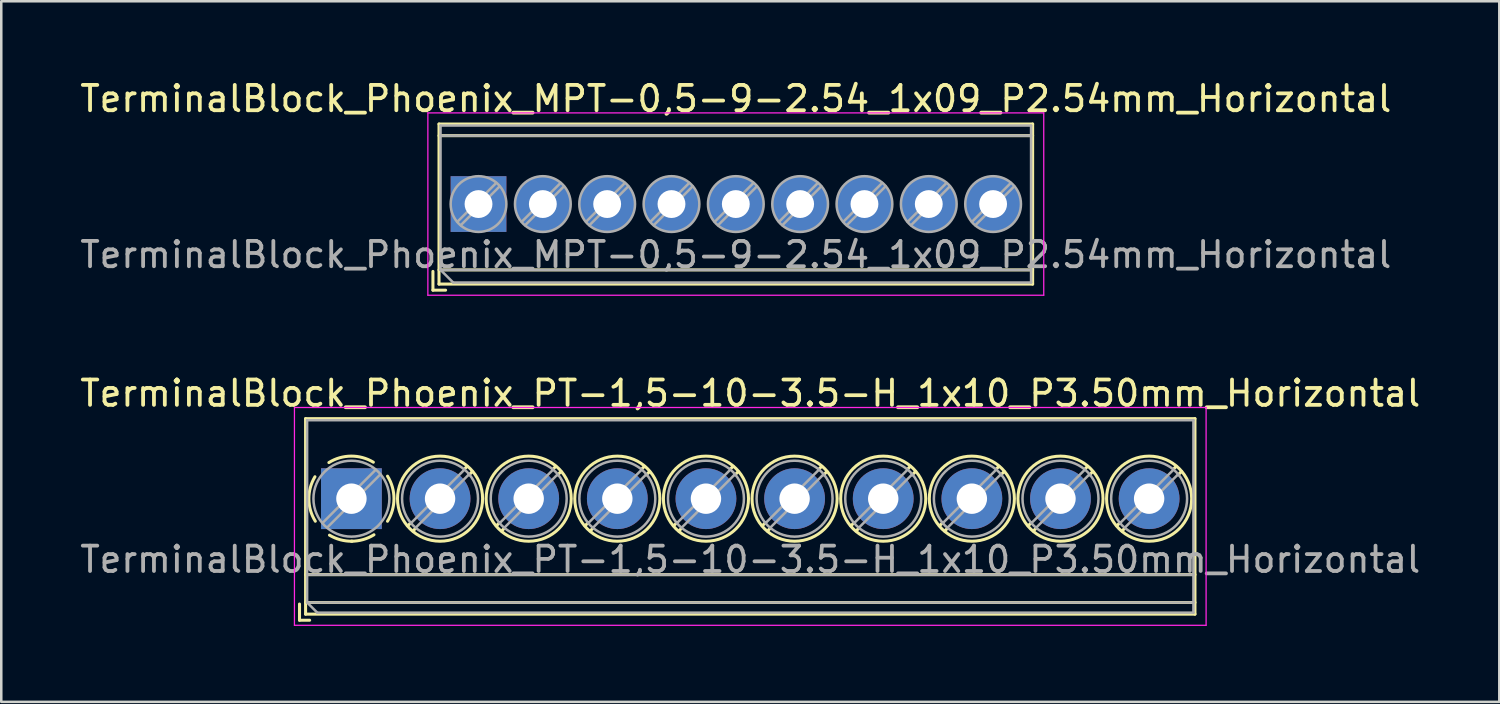
<source format=kicad_pcb>
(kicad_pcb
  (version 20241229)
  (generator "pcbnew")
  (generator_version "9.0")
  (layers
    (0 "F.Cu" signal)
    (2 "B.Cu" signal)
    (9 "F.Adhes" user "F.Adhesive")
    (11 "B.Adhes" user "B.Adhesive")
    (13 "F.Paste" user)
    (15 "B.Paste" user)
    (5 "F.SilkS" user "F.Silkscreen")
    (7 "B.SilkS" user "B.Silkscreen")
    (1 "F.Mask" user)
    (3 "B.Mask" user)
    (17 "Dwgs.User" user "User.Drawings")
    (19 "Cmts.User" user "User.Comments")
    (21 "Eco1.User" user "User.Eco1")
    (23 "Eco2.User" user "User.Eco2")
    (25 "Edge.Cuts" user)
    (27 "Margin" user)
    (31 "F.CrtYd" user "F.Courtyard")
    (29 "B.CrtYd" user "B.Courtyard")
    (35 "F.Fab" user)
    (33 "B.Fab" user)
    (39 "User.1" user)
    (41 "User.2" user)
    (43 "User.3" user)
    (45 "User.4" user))
  (footprint "TerminalBlock_Phoenix_MPT-0,5-9-2.54_1x09_P2.54mm_Horizontal"
    (layer "F.Cu")
    (at 15.846 5.008)
    (property "Reference" "TerminalBlock_Phoenix_MPT-0,5-9-2.54_1x09_P2.54mm_Horizontal" (at 10.16 -4.16 0) (layer "F.SilkS") (effects (font (size 1 1) (thickness 0.15))))
    (attr through_hole)
    (fp_line (start -1.8 2.66) (end -1.8 3.4) (stroke (width 0.12) (type solid)) (layer "F.SilkS"))
    (fp_line (start -1.8 3.4) (end -1.3 3.4) (stroke (width 0.12) (type solid)) (layer "F.SilkS"))
    (fp_line (start -1.56 -3.16) (end -1.56 3.16) (stroke (width 0.12) (type solid)) (layer "F.SilkS"))
    (fp_line (start -1.56 -3.16) (end 21.881 -3.16) (stroke (width 0.12) (type solid)) (layer "F.SilkS"))
    (fp_line (start -1.56 -2.7) (end 21.881 -2.7) (stroke (width 0.12) (type solid)) (layer "F.SilkS"))
    (fp_line (start -1.56 2.6) (end 21.881 2.6) (stroke (width 0.12) (type solid)) (layer "F.SilkS"))
    (fp_line (start -1.56 3.16) (end 21.881 3.16) (stroke (width 0.12) (type solid)) (layer "F.SilkS"))
    (fp_line (start 21.881 -3.16) (end 21.881 3.16) (stroke (width 0.12) (type solid)) (layer "F.SilkS"))
    (fp_line (start -2 -3.6) (end -2 3.6) (stroke (width 0.05) (type solid)) (layer "F.CrtYd"))
    (fp_line (start -2 3.6) (end 22.32 3.6) (stroke (width 0.05) (type solid)) (layer "F.CrtYd"))
    (fp_line (start 22.32 -3.6) (end -2 -3.6) (stroke (width 0.05) (type solid)) (layer "F.CrtYd"))
    (fp_line (start 22.32 3.6) (end 22.32 -3.6) (stroke (width 0.05) (type solid)) (layer "F.CrtYd"))
    (fp_line (start -1.5 -3.1) (end 21.82 -3.1) (stroke (width 0.1) (type solid)) (layer "F.Fab"))
    (fp_line (start -1.5 -2.7) (end 21.82 -2.7) (stroke (width 0.1) (type solid)) (layer "F.Fab"))
    (fp_line (start -1.5 2.6) (end -1.5 -3.1) (stroke (width 0.1) (type solid)) (layer "F.Fab"))
    (fp_line (start -1.5 2.6) (end 21.82 2.6) (stroke (width 0.1) (type solid)) (layer "F.Fab"))
    (fp_line (start -1 3.1) (end -1.5 2.6) (stroke (width 0.1) (type solid)) (layer "F.Fab"))
    (fp_line (start 0.701 -0.835) (end -0.835 0.7) (stroke (width 0.1) (type solid)) (layer "F.Fab"))
    (fp_line (start 0.835 -0.7) (end -0.701 0.835) (stroke (width 0.1) (type solid)) (layer "F.Fab"))
    (fp_line (start 3.241 -0.835) (end 1.706 0.7) (stroke (width 0.1) (type solid)) (layer "F.Fab"))
    (fp_line (start 3.375 -0.7) (end 1.84 0.835) (stroke (width 0.1) (type solid)) (layer "F.Fab"))
    (fp_line (start 5.781 -0.835) (end 4.246 0.7) (stroke (width 0.1) (type solid)) (layer "F.Fab"))
    (fp_line (start 5.915 -0.7) (end 4.38 0.835) (stroke (width 0.1) (type solid)) (layer "F.Fab"))
    (fp_line (start 8.321 -0.835) (end 6.786 0.7) (stroke (width 0.1) (type solid)) (layer "F.Fab"))
    (fp_line (start 8.455 -0.7) (end 6.92 0.835) (stroke (width 0.1) (type solid)) (layer "F.Fab"))
    (fp_line (start 10.861 -0.835) (end 9.326 0.7) (stroke (width 0.1) (type solid)) (layer "F.Fab"))
    (fp_line (start 10.995 -0.7) (end 9.46 0.835) (stroke (width 0.1) (type solid)) (layer "F.Fab"))
    (fp_line (start 13.401 -0.835) (end 11.866 0.7) (stroke (width 0.1) (type solid)) (layer "F.Fab"))
    (fp_line (start 13.535 -0.7) (end 12 0.835) (stroke (width 0.1) (type solid)) (layer "F.Fab"))
    (fp_line (start 15.941 -0.835) (end 14.406 0.7) (stroke (width 0.1) (type solid)) (layer "F.Fab"))
    (fp_line (start 16.075 -0.7) (end 14.54 0.835) (stroke (width 0.1) (type solid)) (layer "F.Fab"))
    (fp_line (start 18.481 -0.835) (end 16.946 0.7) (stroke (width 0.1) (type solid)) (layer "F.Fab"))
    (fp_line (start 18.615 -0.7) (end 17.08 0.835) (stroke (width 0.1) (type solid)) (layer "F.Fab"))
    (fp_line (start 21.021 -0.835) (end 19.486 0.7) (stroke (width 0.1) (type solid)) (layer "F.Fab"))
    (fp_line (start 21.155 -0.7) (end 19.62 0.835) (stroke (width 0.1) (type solid)) (layer "F.Fab"))
    (fp_line (start 21.82 -3.1) (end 21.82 3.1) (stroke (width 0.1) (type solid)) (layer "F.Fab"))
    (fp_line (start 21.82 3.1) (end -1 3.1) (stroke (width 0.1) (type solid)) (layer "F.Fab"))
    (fp_circle (center 0 0) (end 1.1 0) (stroke (width 0.1) (type solid)) (fill no) (layer "F.Fab"))
    (fp_circle (center 2.54 0) (end 3.64 0) (stroke (width 0.1) (type solid)) (fill no) (layer "F.Fab"))
    (fp_circle (center 5.08 0) (end 6.18 0) (stroke (width 0.1) (type solid)) (fill no) (layer "F.Fab"))
    (fp_circle (center 7.62 0) (end 8.72 0) (stroke (width 0.1) (type solid)) (fill no) (layer "F.Fab"))
    (fp_circle (center 10.16 0) (end 11.26 0) (stroke (width 0.1) (type solid)) (fill no) (layer "F.Fab"))
    (fp_circle (center 12.7 0) (end 13.8 0) (stroke (width 0.1) (type solid)) (fill no) (layer "F.Fab"))
    (fp_circle (center 15.24 0) (end 16.34 0) (stroke (width 0.1) (type solid)) (fill no) (layer "F.Fab"))
    (fp_circle (center 17.78 0) (end 18.88 0) (stroke (width 0.1) (type solid)) (fill no) (layer "F.Fab"))
    (fp_circle (center 20.32 0) (end 21.42 0) (stroke (width 0.1) (type solid)) (fill no) (layer "F.Fab"))
    (fp_text user "${REFERENCE}" (at 10.16 2 0) (layer "F.Fab") (effects (font (size 1 1) (thickness 0.15))))
    (pad "1" thru_hole rect (at 0 0) (size 2.2 2.2) (drill 1.1) (layers "*.Cu" "*.Mask"))
    (pad "2" thru_hole circle (at 2.54 0) (size 2.2 2.2) (drill 1.1) (layers "*.Cu" "*.Mask"))
    (pad "3" thru_hole circle (at 5.08 0) (size 2.2 2.2) (drill 1.1) (layers "*.Cu" "*.Mask"))
    (pad "4" thru_hole circle (at 7.62 0) (size 2.2 2.2) (drill 1.1) (layers "*.Cu" "*.Mask"))
    (pad "5" thru_hole circle (at 10.16 0) (size 2.2 2.2) (drill 1.1) (layers "*.Cu" "*.Mask"))
    (pad "6" thru_hole circle (at 12.7 0) (size 2.2 2.2) (drill 1.1) (layers "*.Cu" "*.Mask"))
    (pad "7" thru_hole circle (at 15.24 0) (size 2.2 2.2) (drill 1.1) (layers "*.Cu" "*.Mask"))
    (pad "8" thru_hole circle (at 17.78 0) (size 2.2 2.2) (drill 1.1) (layers "*.Cu" "*.Mask"))
    (pad "9" thru_hole circle (at 20.32 0) (size 2.2 2.2) (drill 1.1) (layers "*.Cu" "*.Mask")))
  (footprint "TerminalBlock_Phoenix_PT-1,5-10-3.5-H_1x10_P3.50mm_Horizontal"
    (layer "F.Cu")
    (at 10.827 16.642)
    (property "Reference" "TerminalBlock_Phoenix_PT-1,5-10-3.5-H_1x10_P3.50mm_Horizontal" (at 15.75 -4.16 0) (layer "F.SilkS") (effects (font (size 1 1) (thickness 0.15))))
    (attr through_hole)
    (fp_line (start -2.05 4.16) (end -2.05 4.8) (stroke (width 0.12) (type solid)) (layer "F.SilkS"))
    (fp_line (start -2.05 4.8) (end -1.65 4.8) (stroke (width 0.12) (type solid)) (layer "F.SilkS"))
    (fp_line (start -1.81 -3.16) (end -1.81 4.56) (stroke (width 0.12) (type solid)) (layer "F.SilkS"))
    (fp_line (start -1.81 -3.16) (end 33.31 -3.16) (stroke (width 0.12) (type solid)) (layer "F.SilkS"))
    (fp_line (start -1.81 3) (end 33.31 3) (stroke (width 0.12) (type solid)) (layer "F.SilkS"))
    (fp_line (start -1.81 4.1) (end 33.31 4.1) (stroke (width 0.12) (type solid)) (layer "F.SilkS"))
    (fp_line (start -1.81 4.56) (end 33.31 4.56) (stroke (width 0.12) (type solid)) (layer "F.SilkS"))
    (fp_line (start 2.355 0.941) (end 2.226 1.069) (stroke (width 0.12) (type solid)) (layer "F.SilkS"))
    (fp_line (start 2.525 1.181) (end 2.431 1.274) (stroke (width 0.12) (type solid)) (layer "F.SilkS"))
    (fp_line (start 4.57 -1.275) (end 4.476 -1.181) (stroke (width 0.12) (type solid)) (layer "F.SilkS"))
    (fp_line (start 4.775 -1.069) (end 4.646 -0.941) (stroke (width 0.12) (type solid)) (layer "F.SilkS"))
    (fp_line (start 5.855 0.941) (end 5.726 1.069) (stroke (width 0.12) (type solid)) (layer "F.SilkS"))
    (fp_line (start 6.025 1.181) (end 5.931 1.274) (stroke (width 0.12) (type solid)) (layer "F.SilkS"))
    (fp_line (start 8.07 -1.275) (end 7.976 -1.181) (stroke (width 0.12) (type solid)) (layer "F.SilkS"))
    (fp_line (start 8.275 -1.069) (end 8.146 -0.941) (stroke (width 0.12) (type solid)) (layer "F.SilkS"))
    (fp_line (start 9.355 0.941) (end 9.226 1.069) (stroke (width 0.12) (type solid)) (layer "F.SilkS"))
    (fp_line (start 9.525 1.181) (end 9.431 1.274) (stroke (width 0.12) (type solid)) (layer "F.SilkS"))
    (fp_line (start 11.57 -1.275) (end 11.476 -1.181) (stroke (width 0.12) (type solid)) (layer "F.SilkS"))
    (fp_line (start 11.775 -1.069) (end 11.646 -0.941) (stroke (width 0.12) (type solid)) (layer "F.SilkS"))
    (fp_line (start 12.855 0.941) (end 12.726 1.069) (stroke (width 0.12) (type solid)) (layer "F.SilkS"))
    (fp_line (start 13.025 1.181) (end 12.931 1.274) (stroke (width 0.12) (type solid)) (layer "F.SilkS"))
    (fp_line (start 15.07 -1.275) (end 14.976 -1.181) (stroke (width 0.12) (type solid)) (layer "F.SilkS"))
    (fp_line (start 15.275 -1.069) (end 15.146 -0.941) (stroke (width 0.12) (type solid)) (layer "F.SilkS"))
    (fp_line (start 16.355 0.941) (end 16.226 1.069) (stroke (width 0.12) (type solid)) (layer "F.SilkS"))
    (fp_line (start 16.525 1.181) (end 16.431 1.274) (stroke (width 0.12) (type solid)) (layer "F.SilkS"))
    (fp_line (start 18.57 -1.275) (end 18.476 -1.181) (stroke (width 0.12) (type solid)) (layer "F.SilkS"))
    (fp_line (start 18.775 -1.069) (end 18.646 -0.941) (stroke (width 0.12) (type solid)) (layer "F.SilkS"))
    (fp_line (start 19.855 0.941) (end 19.726 1.069) (stroke (width 0.12) (type solid)) (layer "F.SilkS"))
    (fp_line (start 20.025 1.181) (end 19.931 1.274) (stroke (width 0.12) (type solid)) (layer "F.SilkS"))
    (fp_line (start 22.07 -1.275) (end 21.976 -1.181) (stroke (width 0.12) (type solid)) (layer "F.SilkS"))
    (fp_line (start 22.275 -1.069) (end 22.146 -0.941) (stroke (width 0.12) (type solid)) (layer "F.SilkS"))
    (fp_line (start 23.355 0.941) (end 23.226 1.069) (stroke (width 0.12) (type solid)) (layer "F.SilkS"))
    (fp_line (start 23.525 1.181) (end 23.431 1.274) (stroke (width 0.12) (type solid)) (layer "F.SilkS"))
    (fp_line (start 25.57 -1.275) (end 25.476 -1.181) (stroke (width 0.12) (type solid)) (layer "F.SilkS"))
    (fp_line (start 25.775 -1.069) (end 25.646 -0.941) (stroke (width 0.12) (type solid)) (layer "F.SilkS"))
    (fp_line (start 26.855 0.941) (end 26.726 1.069) (stroke (width 0.12) (type solid)) (layer "F.SilkS"))
    (fp_line (start 27.025 1.181) (end 26.931 1.274) (stroke (width 0.12) (type solid)) (layer "F.SilkS"))
    (fp_line (start 29.07 -1.275) (end 28.976 -1.181) (stroke (width 0.12) (type solid)) (layer "F.SilkS"))
    (fp_line (start 29.275 -1.069) (end 29.146 -0.941) (stroke (width 0.12) (type solid)) (layer "F.SilkS"))
    (fp_line (start 30.355 0.941) (end 30.226 1.069) (stroke (width 0.12) (type solid)) (layer "F.SilkS"))
    (fp_line (start 30.525 1.181) (end 30.431 1.274) (stroke (width 0.12) (type solid)) (layer "F.SilkS"))
    (fp_line (start 32.57 -1.275) (end 32.476 -1.181) (stroke (width 0.12) (type solid)) (layer "F.SilkS"))
    (fp_line (start 32.775 -1.069) (end 32.646 -0.941) (stroke (width 0.12) (type solid)) (layer "F.SilkS"))
    (fp_line (start 33.31 -3.16) (end 33.31 4.56) (stroke (width 0.12) (type solid)) (layer "F.SilkS"))
    (fp_arc (start -1.425358 0.889894) (mid -1.680286 0.014012) (end -1.44 -0.866) (stroke (width 0.12) (type solid)) (layer "F.SilkS"))
    (fp_arc (start -0.889894 -1.425358) (mid -0.014012 -1.680286) (end 0.866 -1.44) (stroke (width 0.12) (type solid)) (layer "F.SilkS"))
    (fp_arc (start 0.028674 1.680099) (mid -0.435535 1.622918) (end -0.866 1.44) (stroke (width 0.12) (type solid)) (layer "F.SilkS"))
    (fp_arc (start 0.890264 1.424721) (mid 0.463071 1.61492) (end 0 1.68) (stroke (width 0.12) (type solid)) (layer "F.SilkS"))
    (fp_arc (start 1.425504 -0.890193) (mid 1.680626 0.000476) (end 1.425 0.891) (stroke (width 0.12) (type solid)) (layer "F.SilkS"))
    (fp_circle (center 3.5 0) (end 5.18 0) (stroke (width 0.12) (type solid)) (fill no) (layer "F.SilkS"))
    (fp_circle (center 7 0) (end 8.68 0) (stroke (width 0.12) (type solid)) (fill no) (layer "F.SilkS"))
    (fp_circle (center 10.5 0) (end 12.18 0) (stroke (width 0.12) (type solid)) (fill no) (layer "F.SilkS"))
    (fp_circle (center 14 0) (end 15.68 0) (stroke (width 0.12) (type solid)) (fill no) (layer "F.SilkS"))
    (fp_circle (center 17.5 0) (end 19.18 0) (stroke (width 0.12) (type solid)) (fill no) (layer "F.SilkS"))
    (fp_circle (center 21 0) (end 22.68 0) (stroke (width 0.12) (type solid)) (fill no) (layer "F.SilkS"))
    (fp_circle (center 24.5 0) (end 26.18 0) (stroke (width 0.12) (type solid)) (fill no) (layer "F.SilkS"))
    (fp_circle (center 28 0) (end 29.68 0) (stroke (width 0.12) (type solid)) (fill no) (layer "F.SilkS"))
    (fp_circle (center 31.5 0) (end 33.18 0) (stroke (width 0.12) (type solid)) (fill no) (layer "F.SilkS"))
    (fp_line (start -2.25 -3.6) (end -2.25 5) (stroke (width 0.05) (type solid)) (layer "F.CrtYd"))
    (fp_line (start -2.25 5) (end 33.75 5) (stroke (width 0.05) (type solid)) (layer "F.CrtYd"))
    (fp_line (start 33.75 -3.6) (end -2.25 -3.6) (stroke (width 0.05) (type solid)) (layer "F.CrtYd"))
    (fp_line (start 33.75 5) (end 33.75 -3.6) (stroke (width 0.05) (type solid)) (layer "F.CrtYd"))
    (fp_line (start -1.75 -3.1) (end 33.25 -3.1) (stroke (width 0.1) (type solid)) (layer "F.Fab"))
    (fp_line (start -1.75 3) (end 33.25 3) (stroke (width 0.1) (type solid)) (layer "F.Fab"))
    (fp_line (start -1.75 4.1) (end -1.75 -3.1) (stroke (width 0.1) (type solid)) (layer "F.Fab"))
    (fp_line (start -1.75 4.1) (end 33.25 4.1) (stroke (width 0.1) (type solid)) (layer "F.Fab"))
    (fp_line (start -1.35 4.5) (end -1.75 4.1) (stroke (width 0.1) (type solid)) (layer "F.Fab"))
    (fp_line (start 0.955 -1.138) (end -1.138 0.955) (stroke (width 0.1) (type solid)) (layer "F.Fab"))
    (fp_line (start 1.138 -0.955) (end -0.955 1.138) (stroke (width 0.1) (type solid)) (layer "F.Fab"))
    (fp_line (start 4.455 -1.138) (end 2.363 0.955) (stroke (width 0.1) (type solid)) (layer "F.Fab"))
    (fp_line (start 4.638 -0.955) (end 2.546 1.138) (stroke (width 0.1) (type solid)) (layer "F.Fab"))
    (fp_line (start 7.955 -1.138) (end 5.863 0.955) (stroke (width 0.1) (type solid)) (layer "F.Fab"))
    (fp_line (start 8.138 -0.955) (end 6.046 1.138) (stroke (width 0.1) (type solid)) (layer "F.Fab"))
    (fp_line (start 11.455 -1.138) (end 9.363 0.955) (stroke (width 0.1) (type solid)) (layer "F.Fab"))
    (fp_line (start 11.638 -0.955) (end 9.546 1.138) (stroke (width 0.1) (type solid)) (layer "F.Fab"))
    (fp_line (start 14.955 -1.138) (end 12.863 0.955) (stroke (width 0.1) (type solid)) (layer "F.Fab"))
    (fp_line (start 15.138 -0.955) (end 13.046 1.138) (stroke (width 0.1) (type solid)) (layer "F.Fab"))
    (fp_line (start 18.455 -1.138) (end 16.363 0.955) (stroke (width 0.1) (type solid)) (layer "F.Fab"))
    (fp_line (start 18.638 -0.955) (end 16.546 1.138) (stroke (width 0.1) (type solid)) (layer "F.Fab"))
    (fp_line (start 21.955 -1.138) (end 19.863 0.955) (stroke (width 0.1) (type solid)) (layer "F.Fab"))
    (fp_line (start 22.138 -0.955) (end 20.046 1.138) (stroke (width 0.1) (type solid)) (layer "F.Fab"))
    (fp_line (start 25.455 -1.138) (end 23.363 0.955) (stroke (width 0.1) (type solid)) (layer "F.Fab"))
    (fp_line (start 25.638 -0.955) (end 23.546 1.138) (stroke (width 0.1) (type solid)) (layer "F.Fab"))
    (fp_line (start 28.955 -1.138) (end 26.863 0.955) (stroke (width 0.1) (type solid)) (layer "F.Fab"))
    (fp_line (start 29.138 -0.955) (end 27.046 1.138) (stroke (width 0.1) (type solid)) (layer "F.Fab"))
    (fp_line (start 32.455 -1.138) (end 30.363 0.955) (stroke (width 0.1) (type solid)) (layer "F.Fab"))
    (fp_line (start 32.638 -0.955) (end 30.546 1.138) (stroke (width 0.1) (type solid)) (layer "F.Fab"))
    (fp_line (start 33.25 -3.1) (end 33.25 4.5) (stroke (width 0.1) (type solid)) (layer "F.Fab"))
    (fp_line (start 33.25 4.5) (end -1.35 4.5) (stroke (width 0.1) (type solid)) (layer "F.Fab"))
    (fp_circle (center 0 0) (end 1.5 0) (stroke (width 0.1) (type solid)) (fill no) (layer "F.Fab"))
    (fp_circle (center 3.5 0) (end 5 0) (stroke (width 0.1) (type solid)) (fill no) (layer "F.Fab"))
    (fp_circle (center 7 0) (end 8.5 0) (stroke (width 0.1) (type solid)) (fill no) (layer "F.Fab"))
    (fp_circle (center 10.5 0) (end 12 0) (stroke (width 0.1) (type solid)) (fill no) (layer "F.Fab"))
    (fp_circle (center 14 0) (end 15.5 0) (stroke (width 0.1) (type solid)) (fill no) (layer "F.Fab"))
    (fp_circle (center 17.5 0) (end 19 0) (stroke (width 0.1) (type solid)) (fill no) (layer "F.Fab"))
    (fp_circle (center 21 0) (end 22.5 0) (stroke (width 0.1) (type solid)) (fill no) (layer "F.Fab"))
    (fp_circle (center 24.5 0) (end 26 0) (stroke (width 0.1) (type solid)) (fill no) (layer "F.Fab"))
    (fp_circle (center 28 0) (end 29.5 0) (stroke (width 0.1) (type solid)) (fill no) (layer "F.Fab"))
    (fp_circle (center 31.5 0) (end 33 0) (stroke (width 0.1) (type solid)) (fill no) (layer "F.Fab"))
    (fp_text user "${REFERENCE}" (at 15.75 2.4 0) (layer "F.Fab") (effects (font (size 1 1) (thickness 0.15))))
    (pad "1" thru_hole rect (at 0 0) (size 2.4 2.4) (drill 1.2) (layers "*.Cu" "*.Mask"))
    (pad "2" thru_hole circle (at 3.5 0) (size 2.4 2.4) (drill 1.2) (layers "*.Cu" "*.Mask"))
    (pad "3" thru_hole circle (at 7 0) (size 2.4 2.4) (drill 1.2) (layers "*.Cu" "*.Mask"))
    (pad "4" thru_hole circle (at 10.5 0) (size 2.4 2.4) (drill 1.2) (layers "*.Cu" "*.Mask"))
    (pad "5" thru_hole circle (at 14 0) (size 2.4 2.4) (drill 1.2) (layers "*.Cu" "*.Mask"))
    (pad "6" thru_hole circle (at 17.5 0) (size 2.4 2.4) (drill 1.2) (layers "*.Cu" "*.Mask"))
    (pad "7" thru_hole circle (at 21 0) (size 2.4 2.4) (drill 1.2) (layers "*.Cu" "*.Mask"))
    (pad "8" thru_hole circle (at 24.5 0) (size 2.4 2.4) (drill 1.2) (layers "*.Cu" "*.Mask"))
    (pad "9" thru_hole circle (at 28 0) (size 2.4 2.4) (drill 1.2) (layers "*.Cu" "*.Mask"))
    (pad "10" thru_hole circle (at 31.5 0) (size 2.4 2.4) (drill 1.2) (layers "*.Cu" "*.Mask")))
  (gr_rect
    (start -3 -3)
    (end 56.155 24.666)
    (stroke (width 0.1) (type default))
    (fill no)
    (layer "Edge.Cuts")))
</source>
